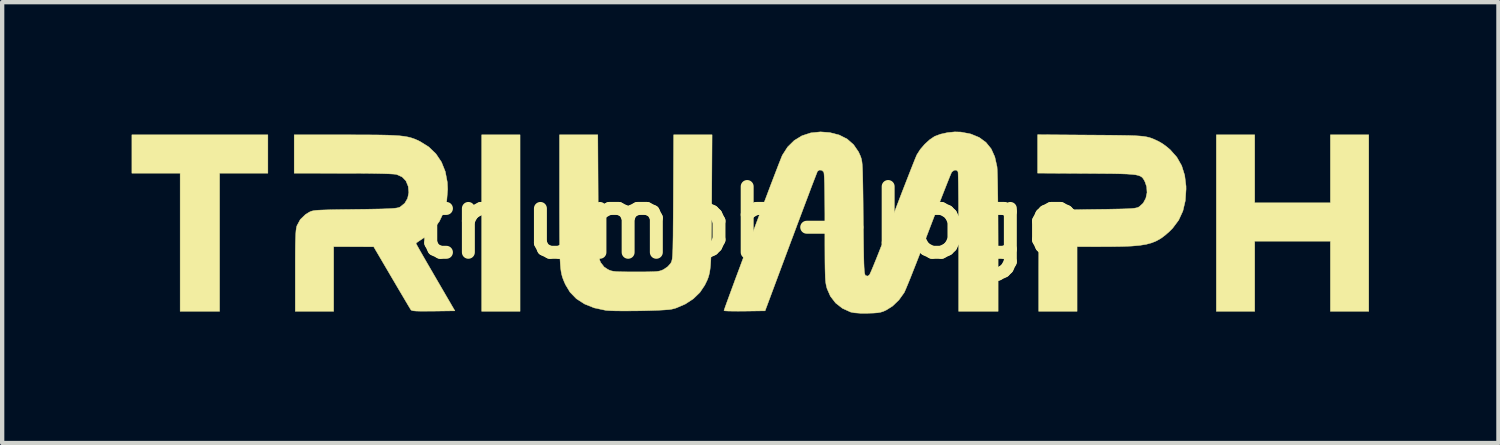
<source format=kicad_pcb>
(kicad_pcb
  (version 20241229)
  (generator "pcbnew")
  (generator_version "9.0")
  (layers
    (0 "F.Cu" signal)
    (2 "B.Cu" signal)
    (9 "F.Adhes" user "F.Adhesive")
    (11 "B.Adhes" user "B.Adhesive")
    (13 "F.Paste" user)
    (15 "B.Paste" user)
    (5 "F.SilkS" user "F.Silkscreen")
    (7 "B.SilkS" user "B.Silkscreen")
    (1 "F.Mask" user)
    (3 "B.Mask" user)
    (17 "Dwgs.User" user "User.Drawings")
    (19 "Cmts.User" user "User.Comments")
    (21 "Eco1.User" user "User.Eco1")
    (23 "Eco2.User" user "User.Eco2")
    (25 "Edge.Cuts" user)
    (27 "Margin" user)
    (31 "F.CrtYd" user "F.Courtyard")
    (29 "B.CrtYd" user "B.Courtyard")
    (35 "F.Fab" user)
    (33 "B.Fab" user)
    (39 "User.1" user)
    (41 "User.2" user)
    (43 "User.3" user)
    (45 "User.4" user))
  (footprint "triumph-logo"
    (layer "F.Cu")
    (at 14.331 2.105)
    (property "Reference" "triumph-logo" (at 0 0 0) (layer "F.SilkS") (effects (font (size 1.524 1.524) (thickness 0.3))))
    (attr through_hole)
    (fp_poly (pts (xy -5.334 2.057) (xy -6.223 2.057) (xy -6.223 -2.032) (xy -5.334 -2.032) (xy -5.334 2.057)) (stroke (width 0.01) (type solid)) (fill yes) (layer "F.SilkS"))
    (fp_poly (pts (xy -11.176 -1.143) (xy -12.294 -1.143) (xy -12.294 2.057) (xy -13.208 2.057) (xy -13.208 -1.143) (xy -14.326 -1.143) (xy -14.326 -2.032) (xy -11.176 -2.032) (xy -11.176 -1.143)) (stroke (width 0.01) (type solid)) (fill yes) (layer "F.SilkS"))
    (fp_poly (pts (xy 11.684 -0.457) (xy 13.437 -0.457) (xy 13.437 -2.032) (xy 14.326 -2.032) (xy 14.326 2.057) (xy 13.437 2.057) (xy 13.437 0.432) (xy 11.684 0.432) (xy 11.684 2.057) (xy 10.795 2.057) (xy 10.795 -2.032) (xy 11.684 -2.032) (xy 11.684 -0.457)) (stroke (width 0.01) (type solid)) (fill yes) (layer "F.SilkS"))
    (fp_poly (pts (xy 7.88 -2.026) (xy 8.169 -2.024) (xy 8.411 -2.022) (xy 8.613 -2.019) (xy 8.778 -2.016) (xy 8.913 -2.011) (xy 9.023 -2.004) (xy 9.111 -1.995) (xy 9.184 -1.983) (xy 9.246 -1.968) (xy 9.303 -1.949) (xy 9.358 -1.926) (xy 9.418 -1.898) (xy 9.458 -1.879) (xy 9.541 -1.831) (xy 9.638 -1.761) (xy 9.726 -1.687) (xy 9.88 -1.514) (xy 9.992 -1.317) (xy 10.062 -1.094) (xy 10.093 -0.842) (xy 10.094 -0.775) (xy 10.076 -0.505) (xy 10.02 -0.267) (xy 9.923 -0.056) (xy 9.784 0.13) (xy 9.714 0.201) (xy 9.612 0.291) (xy 9.513 0.365) (xy 9.41 0.424) (xy 9.298 0.47) (xy 9.169 0.505) (xy 9.018 0.529) (xy 8.837 0.545) (xy 8.621 0.554) (xy 8.364 0.558) (xy 8.249 0.558) (xy 7.569 0.559) (xy 7.569 2.057) (xy 6.68 2.057) (xy 6.68 1.121) (xy 6.681 0.868) (xy 6.682 0.661) (xy 6.684 0.495) (xy 6.687 0.364) (xy 6.691 0.263) (xy 6.697 0.186) (xy 6.705 0.13) (xy 6.715 0.088) (xy 6.719 0.073) (xy 6.796 -0.07) (xy 6.916 -0.186) (xy 6.998 -0.237) (xy 7.026 -0.252) (xy 7.057 -0.263) (xy 7.096 -0.273) (xy 7.147 -0.28) (xy 7.217 -0.286) (xy 7.311 -0.291) (xy 7.434 -0.295) (xy 7.593 -0.298) (xy 7.791 -0.302) (xy 8.014 -0.305) (xy 8.255 -0.308) (xy 8.45 -0.312) (xy 8.606 -0.315) (xy 8.727 -0.319) (xy 8.818 -0.324) (xy 8.885 -0.33) (xy 8.934 -0.338) (xy 8.969 -0.347) (xy 8.996 -0.359) (xy 9.011 -0.368) (xy 9.101 -0.45) (xy 9.162 -0.563) (xy 9.19 -0.693) (xy 9.182 -0.827) (xy 9.144 -0.94) (xy 9.122 -0.983) (xy 9.1 -1.019) (xy 9.074 -1.049) (xy 9.039 -1.072) (xy 8.991 -1.091) (xy 8.926 -1.106) (xy 8.838 -1.116) (xy 8.724 -1.124) (xy 8.579 -1.129) (xy 8.398 -1.133) (xy 8.178 -1.135) (xy 7.912 -1.137) (xy 7.791 -1.138) (xy 6.655 -1.145) (xy 6.655 -2.035) (xy 7.88 -2.026)) (stroke (width 0.01) (type solid)) (fill yes) (layer "F.SilkS"))
    (fp_poly (pts (xy -3.525 -0.603) (xy -3.524 -0.297) (xy -3.522 -0.038) (xy -3.52 0.179) (xy -3.518 0.357) (xy -3.516 0.502) (xy -3.513 0.617) (xy -3.509 0.706) (xy -3.504 0.773) (xy -3.498 0.824) (xy -3.491 0.861) (xy -3.482 0.89) (xy -3.472 0.914) (xy -3.466 0.927) (xy -3.388 1.028) (xy -3.301 1.086) (xy -3.261 1.105) (xy -3.221 1.119) (xy -3.172 1.129) (xy -3.108 1.136) (xy -3.019 1.14) (xy -2.899 1.142) (xy -2.739 1.143) (xy -2.654 1.143) (xy -2.475 1.143) (xy -2.338 1.141) (xy -2.236 1.138) (xy -2.162 1.133) (xy -2.107 1.124) (xy -2.064 1.112) (xy -2.024 1.095) (xy -2.006 1.086) (xy -1.914 1.023) (xy -1.846 0.947) (xy -1.842 0.94) (xy -1.831 0.919) (xy -1.822 0.896) (xy -1.814 0.866) (xy -1.807 0.824) (xy -1.802 0.768) (xy -1.798 0.692) (xy -1.794 0.592) (xy -1.792 0.465) (xy -1.789 0.306) (xy -1.788 0.112) (xy -1.786 -0.123) (xy -1.784 -0.402) (xy -1.783 -0.591) (xy -1.776 -2.032) (xy -0.886 -2.032) (xy -0.895 -0.502) (xy -0.897 -0.171) (xy -0.899 0.112) (xy -0.902 0.354) (xy -0.905 0.558) (xy -0.909 0.728) (xy -0.915 0.868) (xy -0.922 0.983) (xy -0.932 1.078) (xy -0.944 1.156) (xy -0.959 1.221) (xy -0.977 1.279) (xy -0.998 1.333) (xy -1.024 1.387) (xy -1.053 1.446) (xy -1.056 1.452) (xy -1.168 1.619) (xy -1.32 1.766) (xy -1.506 1.888) (xy -1.715 1.978) (xy -1.816 2.006) (xy -1.881 2.016) (xy -1.987 2.024) (xy -2.127 2.032) (xy -2.29 2.038) (xy -2.469 2.043) (xy -2.653 2.046) (xy -2.834 2.047) (xy -3.004 2.047) (xy -3.153 2.045) (xy -3.271 2.04) (xy -3.351 2.034) (xy -3.353 2.033) (xy -3.615 1.977) (xy -3.84 1.887) (xy -4.028 1.766) (xy -4.176 1.614) (xy -4.281 1.44) (xy -4.309 1.378) (xy -4.332 1.321) (xy -4.353 1.265) (xy -4.369 1.205) (xy -4.383 1.136) (xy -4.394 1.055) (xy -4.402 0.957) (xy -4.409 0.838) (xy -4.413 0.693) (xy -4.416 0.518) (xy -4.418 0.309) (xy -4.419 0.062) (xy -4.42 -0.228) (xy -4.42 -0.513) (xy -4.42 -2.032) (xy -3.976 -2.032) (xy -3.533 -2.032) (xy -3.525 -0.603)) (stroke (width 0.01) (type solid)) (fill yes) (layer "F.SilkS"))
    (fp_poly (pts (xy -9.366 -2.032) (xy -9.061 -2.031) (xy -8.801 -2.03) (xy -8.583 -2.028) (xy -8.4 -2.024) (xy -8.249 -2.017) (xy -8.124 -2.009) (xy -8.021 -1.997) (xy -7.934 -1.982) (xy -7.859 -1.963) (xy -7.79 -1.94) (xy -7.724 -1.912) (xy -7.654 -1.879) (xy -7.654 -1.879) (xy -7.45 -1.752) (xy -7.283 -1.592) (xy -7.154 -1.4) (xy -7.066 -1.18) (xy -7.019 -0.933) (xy -7.011 -0.771) (xy -7.033 -0.498) (xy -7.098 -0.248) (xy -7.205 -0.024) (xy -7.351 0.172) (xy -7.535 0.335) (xy -7.603 0.381) (xy -7.675 0.428) (xy -7.727 0.465) (xy -7.745 0.483) (xy -7.733 0.507) (xy -7.698 0.57) (xy -7.644 0.666) (xy -7.572 0.792) (xy -7.486 0.941) (xy -7.389 1.108) (xy -7.295 1.27) (xy -6.844 2.045) (xy -7.34 2.052) (xy -7.518 2.053) (xy -7.651 2.053) (xy -7.746 2.05) (xy -7.809 2.044) (xy -7.845 2.035) (xy -7.861 2.024) (xy -7.88 1.994) (xy -7.921 1.926) (xy -7.981 1.825) (xy -8.057 1.696) (xy -8.146 1.546) (xy -8.244 1.379) (xy -8.306 1.274) (xy -8.725 0.56) (xy -9.652 0.559) (xy -9.652 2.057) (xy -10.541 2.057) (xy -10.541 1.121) (xy -10.541 0.868) (xy -10.54 0.661) (xy -10.538 0.495) (xy -10.534 0.364) (xy -10.53 0.263) (xy -10.524 0.186) (xy -10.516 0.13) (xy -10.507 0.088) (xy -10.502 0.073) (xy -10.425 -0.07) (xy -10.305 -0.186) (xy -10.223 -0.237) (xy -10.196 -0.251) (xy -10.166 -0.263) (xy -10.128 -0.272) (xy -10.078 -0.28) (xy -10.011 -0.286) (xy -9.92 -0.29) (xy -9.8 -0.294) (xy -9.647 -0.298) (xy -9.455 -0.301) (xy -9.219 -0.304) (xy -9.157 -0.305) (xy -8.906 -0.308) (xy -8.701 -0.312) (xy -8.537 -0.315) (xy -8.408 -0.32) (xy -8.31 -0.325) (xy -8.236 -0.331) (xy -8.184 -0.338) (xy -8.146 -0.347) (xy -8.118 -0.358) (xy -8.11 -0.362) (xy -8.006 -0.446) (xy -7.939 -0.56) (xy -7.911 -0.696) (xy -7.925 -0.838) (xy -7.978 -0.966) (xy -8.066 -1.057) (xy -8.19 -1.112) (xy -8.204 -1.116) (xy -8.258 -1.122) (xy -8.36 -1.128) (xy -8.504 -1.133) (xy -8.687 -1.137) (xy -8.905 -1.14) (xy -9.155 -1.142) (xy -9.432 -1.142) (xy -9.442 -1.142) (xy -10.566 -1.143) (xy -10.566 -2.032) (xy -9.366 -2.032)) (stroke (width 0.01) (type solid)) (fill yes) (layer "F.SilkS"))
    (fp_poly (pts (xy 1.841 -2.084) (xy 2.059 -2.028) (xy 2.243 -1.935) (xy 2.392 -1.804) (xy 2.506 -1.638) (xy 2.545 -1.553) (xy 2.558 -1.52) (xy 2.569 -1.487) (xy 2.578 -1.45) (xy 2.586 -1.404) (xy 2.592 -1.344) (xy 2.597 -1.267) (xy 2.601 -1.166) (xy 2.604 -1.039) (xy 2.607 -0.88) (xy 2.61 -0.685) (xy 2.613 -0.449) (xy 2.615 -0.168) (xy 2.616 -0.104) (xy 2.619 0.188) (xy 2.622 0.433) (xy 2.625 0.636) (xy 2.628 0.801) (xy 2.631 0.931) (xy 2.635 1.031) (xy 2.64 1.106) (xy 2.645 1.158) (xy 2.652 1.193) (xy 2.66 1.214) (xy 2.669 1.226) (xy 2.673 1.229) (xy 2.718 1.241) (xy 2.758 1.215) (xy 2.774 1.184) (xy 2.807 1.111) (xy 2.854 0.998) (xy 2.914 0.851) (xy 2.984 0.675) (xy 3.063 0.473) (xy 3.15 0.25) (xy 3.242 0.011) (xy 3.301 -0.143) (xy 3.396 -0.393) (xy 3.487 -0.631) (xy 3.573 -0.853) (xy 3.651 -1.053) (xy 3.72 -1.229) (xy 3.777 -1.373) (xy 3.821 -1.483) (xy 3.85 -1.552) (xy 3.859 -1.572) (xy 3.937 -1.694) (xy 4.042 -1.816) (xy 4.159 -1.922) (xy 4.27 -1.996) (xy 4.406 -2.047) (xy 4.569 -2.083) (xy 4.737 -2.1) (xy 4.877 -2.096) (xy 5.108 -2.051) (xy 5.302 -1.971) (xy 5.458 -1.857) (xy 5.579 -1.708) (xy 5.663 -1.523) (xy 5.713 -1.3) (xy 5.715 -1.291) (xy 5.719 -1.232) (xy 5.723 -1.128) (xy 5.727 -0.983) (xy 5.73 -0.802) (xy 5.733 -0.591) (xy 5.736 -0.353) (xy 5.738 -0.095) (xy 5.739 0.178) (xy 5.74 0.463) (xy 5.74 0.476) (xy 5.74 2.057) (xy 4.826 2.057) (xy 4.826 0.459) (xy 4.826 0.178) (xy 4.825 -0.089) (xy 4.824 -0.336) (xy 4.823 -0.561) (xy 4.821 -0.757) (xy 4.819 -0.921) (xy 4.816 -1.049) (xy 4.814 -1.136) (xy 4.811 -1.177) (xy 4.811 -1.179) (xy 4.776 -1.214) (xy 4.725 -1.213) (xy 4.674 -1.177) (xy 4.663 -1.162) (xy 4.647 -1.128) (xy 4.615 -1.051) (xy 4.569 -0.936) (xy 4.51 -0.786) (xy 4.44 -0.608) (xy 4.361 -0.404) (xy 4.275 -0.181) (xy 4.183 0.059) (xy 4.128 0.203) (xy 4.033 0.452) (xy 3.941 0.689) (xy 3.855 0.91) (xy 3.776 1.11) (xy 3.707 1.285) (xy 3.648 1.429) (xy 3.603 1.537) (xy 3.573 1.605) (xy 3.564 1.624) (xy 3.441 1.795) (xy 3.295 1.935) (xy 3.153 2.025) (xy 3.084 2.057) (xy 3.021 2.077) (xy 2.949 2.09) (xy 2.854 2.097) (xy 2.723 2.101) (xy 2.718 2.101) (xy 2.545 2.101) (xy 2.412 2.091) (xy 2.324 2.074) (xy 2.133 1.987) (xy 1.976 1.864) (xy 1.855 1.707) (xy 1.778 1.532) (xy 1.767 1.491) (xy 1.757 1.45) (xy 1.749 1.403) (xy 1.742 1.345) (xy 1.737 1.271) (xy 1.734 1.177) (xy 1.731 1.058) (xy 1.729 0.909) (xy 1.728 0.725) (xy 1.727 0.502) (xy 1.727 0.235) (xy 1.727 0.123) (xy 1.727 -0.2) (xy 1.725 -0.478) (xy 1.722 -0.712) (xy 1.719 -0.898) (xy 1.714 -1.038) (xy 1.708 -1.128) (xy 1.701 -1.169) (xy 1.701 -1.17) (xy 1.658 -1.21) (xy 1.603 -1.217) (xy 1.558 -1.19) (xy 1.557 -1.189) (xy 1.545 -1.16) (xy 1.517 -1.088) (xy 1.474 -0.977) (xy 1.417 -0.829) (xy 1.35 -0.65) (xy 1.272 -0.444) (xy 1.185 -0.213) (xy 1.091 0.037) (xy 0.992 0.303) (xy 0.939 0.443) (xy 0.342 2.045) (xy -0.134 2.052) (xy -0.283 2.053) (xy -0.413 2.052) (xy -0.516 2.05) (xy -0.584 2.046) (xy -0.61 2.041) (xy -0.61 2.041) (xy -0.601 2.012) (xy -0.576 1.939) (xy -0.536 1.829) (xy -0.483 1.684) (xy -0.419 1.51) (xy -0.346 1.311) (xy -0.264 1.092) (xy -0.177 0.857) (xy -0.085 0.611) (xy 0.01 0.358) (xy 0.105 0.104) (xy 0.2 -0.149) (xy 0.293 -0.394) (xy 0.382 -0.628) (xy 0.464 -0.846) (xy 0.54 -1.044) (xy 0.606 -1.216) (xy 0.661 -1.359) (xy 0.704 -1.467) (xy 0.732 -1.537) (xy 0.742 -1.56) (xy 0.864 -1.75) (xy 1.016 -1.9) (xy 1.196 -2.01) (xy 1.4 -2.077) (xy 1.626 -2.1) (xy 1.841 -2.084)) (stroke (width 0.01) (type solid)) (fill yes) (layer "F.SilkS")))
  (gr_rect
    (start -3 -3)
    (end 31.661 7.212)
    (stroke (width 0.1) (type default))
    (fill no)
    (layer "Edge.Cuts")))
</source>
